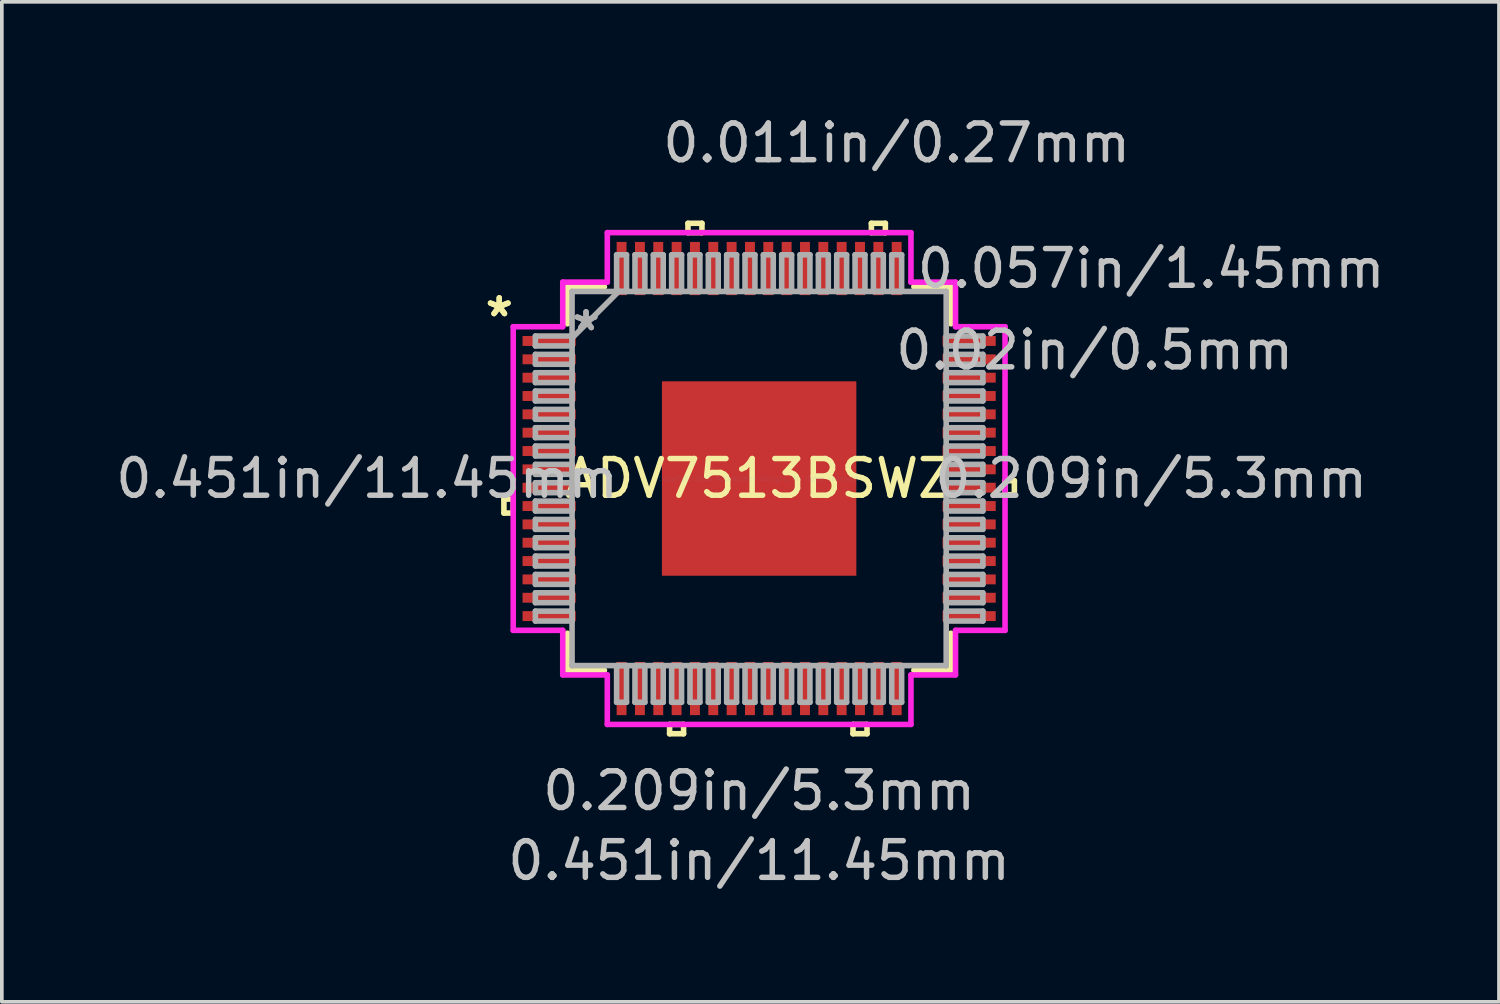
<source format=kicad_pcb>
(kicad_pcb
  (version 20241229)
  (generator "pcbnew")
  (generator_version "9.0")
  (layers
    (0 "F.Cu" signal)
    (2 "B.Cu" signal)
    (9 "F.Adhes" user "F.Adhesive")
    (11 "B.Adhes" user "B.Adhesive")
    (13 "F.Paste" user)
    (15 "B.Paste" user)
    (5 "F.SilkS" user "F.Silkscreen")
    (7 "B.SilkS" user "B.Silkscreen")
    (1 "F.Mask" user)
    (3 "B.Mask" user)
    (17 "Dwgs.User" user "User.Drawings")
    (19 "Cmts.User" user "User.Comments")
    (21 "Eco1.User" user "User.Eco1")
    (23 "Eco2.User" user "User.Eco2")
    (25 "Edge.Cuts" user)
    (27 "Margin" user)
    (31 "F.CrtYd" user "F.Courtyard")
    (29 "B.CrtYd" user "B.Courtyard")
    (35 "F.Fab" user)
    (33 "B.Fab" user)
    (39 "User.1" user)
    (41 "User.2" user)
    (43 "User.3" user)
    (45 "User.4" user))
  (footprint "ADV7513BSWZ"
    (layer "F.Cu")
    (at 17.646 9.996)
    (property "Reference" "ADV7513BSWZ" (at 0 0 0) (layer "F.SilkS") (effects (font (size 1 1) (thickness 0.15))))
    (attr through_hole)
    (fp_line (start -6.958 0.56) (end -6.958 0.941) (stroke (width 0.152) (type solid)) (layer "F.SilkS"))
    (fp_line (start -6.958 0.941) (end -6.704 0.941) (stroke (width 0.152) (type solid)) (layer "F.SilkS"))
    (fp_line (start -6.704 0.56) (end -6.958 0.56) (stroke (width 0.152) (type solid)) (layer "F.SilkS"))
    (fp_line (start -6.704 0.941) (end -6.704 0.56) (stroke (width 0.152) (type solid)) (layer "F.SilkS"))
    (fp_line (start -5.227 -5.227) (end -5.227 -4.218) (stroke (width 0.152) (type solid)) (layer "F.SilkS"))
    (fp_line (start -5.227 4.218) (end -5.227 5.227) (stroke (width 0.152) (type solid)) (layer "F.SilkS"))
    (fp_line (start -5.227 5.227) (end -4.218 5.227) (stroke (width 0.152) (type solid)) (layer "F.SilkS"))
    (fp_line (start -4.218 -5.227) (end -5.227 -5.227) (stroke (width 0.152) (type solid)) (layer "F.SilkS"))
    (fp_line (start -2.441 6.704) (end -2.441 6.958) (stroke (width 0.152) (type solid)) (layer "F.SilkS"))
    (fp_line (start -2.441 6.958) (end -2.06 6.958) (stroke (width 0.152) (type solid)) (layer "F.SilkS"))
    (fp_line (start -2.06 6.704) (end -2.441 6.704) (stroke (width 0.152) (type solid)) (layer "F.SilkS"))
    (fp_line (start -2.06 6.958) (end -2.06 6.704) (stroke (width 0.152) (type solid)) (layer "F.SilkS"))
    (fp_line (start -1.94 -6.958) (end -1.559 -6.958) (stroke (width 0.152) (type solid)) (layer "F.SilkS"))
    (fp_line (start -1.94 -6.704) (end -1.94 -6.958) (stroke (width 0.152) (type solid)) (layer "F.SilkS"))
    (fp_line (start -1.559 -6.958) (end -1.559 -6.704) (stroke (width 0.152) (type solid)) (layer "F.SilkS"))
    (fp_line (start -1.559 -6.704) (end -1.94 -6.704) (stroke (width 0.152) (type solid)) (layer "F.SilkS"))
    (fp_line (start 2.559 6.704) (end 2.559 6.958) (stroke (width 0.152) (type solid)) (layer "F.SilkS"))
    (fp_line (start 2.559 6.958) (end 2.941 6.958) (stroke (width 0.152) (type solid)) (layer "F.SilkS"))
    (fp_line (start 2.941 6.704) (end 2.559 6.704) (stroke (width 0.152) (type solid)) (layer "F.SilkS"))
    (fp_line (start 2.941 6.958) (end 2.941 6.704) (stroke (width 0.152) (type solid)) (layer "F.SilkS"))
    (fp_line (start 3.06 -6.958) (end 3.441 -6.958) (stroke (width 0.152) (type solid)) (layer "F.SilkS"))
    (fp_line (start 3.06 -6.704) (end 3.06 -6.958) (stroke (width 0.152) (type solid)) (layer "F.SilkS"))
    (fp_line (start 3.441 -6.958) (end 3.441 -6.704) (stroke (width 0.152) (type solid)) (layer "F.SilkS"))
    (fp_line (start 3.441 -6.704) (end 3.06 -6.704) (stroke (width 0.152) (type solid)) (layer "F.SilkS"))
    (fp_line (start 4.218 5.227) (end 5.227 5.227) (stroke (width 0.152) (type solid)) (layer "F.SilkS"))
    (fp_line (start 5.227 -5.227) (end 4.218 -5.227) (stroke (width 0.152) (type solid)) (layer "F.SilkS"))
    (fp_line (start 5.227 -4.218) (end 5.227 -5.227) (stroke (width 0.152) (type solid)) (layer "F.SilkS"))
    (fp_line (start 5.227 5.227) (end 5.227 4.218) (stroke (width 0.152) (type solid)) (layer "F.SilkS"))
    (fp_line (start 6.704 0.059) (end 6.958 0.059) (stroke (width 0.152) (type solid)) (layer "F.SilkS"))
    (fp_line (start 6.704 0.441) (end 6.704 0.059) (stroke (width 0.152) (type solid)) (layer "F.SilkS"))
    (fp_line (start 6.958 0.059) (end 6.958 0.441) (stroke (width 0.152) (type solid)) (layer "F.SilkS"))
    (fp_line (start 6.958 0.441) (end 6.704 0.441) (stroke (width 0.152) (type solid)) (layer "F.SilkS"))
    (fp_line (start -2.55 -2.55) (end -2.55 -1.425) (stroke (width 0.152) (type solid)) (layer "F.Paste"))
    (fp_line (start -2.55 -1.425) (end -1.425 -1.425) (stroke (width 0.152) (type solid)) (layer "F.Paste"))
    (fp_line (start -2.55 -1.225) (end -2.55 -0.1) (stroke (width 0.152) (type solid)) (layer "F.Paste"))
    (fp_line (start -2.55 -0.1) (end -1.425 -0.1) (stroke (width 0.152) (type solid)) (layer "F.Paste"))
    (fp_line (start -2.55 0.1) (end -2.55 1.225) (stroke (width 0.152) (type solid)) (layer "F.Paste"))
    (fp_line (start -2.55 1.225) (end -1.425 1.225) (stroke (width 0.152) (type solid)) (layer "F.Paste"))
    (fp_line (start -2.55 1.425) (end -2.55 2.55) (stroke (width 0.152) (type solid)) (layer "F.Paste"))
    (fp_line (start -2.55 2.55) (end -1.425 2.55) (stroke (width 0.152) (type solid)) (layer "F.Paste"))
    (fp_line (start -1.425 -2.55) (end -2.55 -2.55) (stroke (width 0.152) (type solid)) (layer "F.Paste"))
    (fp_line (start -1.425 -1.425) (end -1.425 -2.55) (stroke (width 0.152) (type solid)) (layer "F.Paste"))
    (fp_line (start -1.425 -1.225) (end -2.55 -1.225) (stroke (width 0.152) (type solid)) (layer "F.Paste"))
    (fp_line (start -1.425 -0.1) (end -1.425 -1.225) (stroke (width 0.152) (type solid)) (layer "F.Paste"))
    (fp_line (start -1.425 0.1) (end -2.55 0.1) (stroke (width 0.152) (type solid)) (layer "F.Paste"))
    (fp_line (start -1.425 1.225) (end -1.425 0.1) (stroke (width 0.152) (type solid)) (layer "F.Paste"))
    (fp_line (start -1.425 1.425) (end -2.55 1.425) (stroke (width 0.152) (type solid)) (layer "F.Paste"))
    (fp_line (start -1.425 2.55) (end -1.425 1.425) (stroke (width 0.152) (type solid)) (layer "F.Paste"))
    (fp_line (start -1.225 -2.55) (end -1.225 -1.425) (stroke (width 0.152) (type solid)) (layer "F.Paste"))
    (fp_line (start -1.225 -1.425) (end -0.1 -1.425) (stroke (width 0.152) (type solid)) (layer "F.Paste"))
    (fp_line (start -1.225 -1.225) (end -1.225 -0.1) (stroke (width 0.152) (type solid)) (layer "F.Paste"))
    (fp_line (start -1.225 -0.1) (end -0.1 -0.1) (stroke (width 0.152) (type solid)) (layer "F.Paste"))
    (fp_line (start -1.225 0.1) (end -1.225 1.225) (stroke (width 0.152) (type solid)) (layer "F.Paste"))
    (fp_line (start -1.225 1.225) (end -0.1 1.225) (stroke (width 0.152) (type solid)) (layer "F.Paste"))
    (fp_line (start -1.225 1.425) (end -1.225 2.55) (stroke (width 0.152) (type solid)) (layer "F.Paste"))
    (fp_line (start -1.225 2.55) (end -0.1 2.55) (stroke (width 0.152) (type solid)) (layer "F.Paste"))
    (fp_line (start -0.1 -2.55) (end -1.225 -2.55) (stroke (width 0.152) (type solid)) (layer "F.Paste"))
    (fp_line (start -0.1 -1.425) (end -0.1 -2.55) (stroke (width 0.152) (type solid)) (layer "F.Paste"))
    (fp_line (start -0.1 -1.225) (end -1.225 -1.225) (stroke (width 0.152) (type solid)) (layer "F.Paste"))
    (fp_line (start -0.1 -0.1) (end -0.1 -1.225) (stroke (width 0.152) (type solid)) (layer "F.Paste"))
    (fp_line (start -0.1 0.1) (end -1.225 0.1) (stroke (width 0.152) (type solid)) (layer "F.Paste"))
    (fp_line (start -0.1 1.225) (end -0.1 0.1) (stroke (width 0.152) (type solid)) (layer "F.Paste"))
    (fp_line (start -0.1 1.425) (end -1.225 1.425) (stroke (width 0.152) (type solid)) (layer "F.Paste"))
    (fp_line (start -0.1 2.55) (end -0.1 1.425) (stroke (width 0.152) (type solid)) (layer "F.Paste"))
    (fp_line (start 0.1 -2.55) (end 0.1 -1.425) (stroke (width 0.152) (type solid)) (layer "F.Paste"))
    (fp_line (start 0.1 -1.425) (end 1.225 -1.425) (stroke (width 0.152) (type solid)) (layer "F.Paste"))
    (fp_line (start 0.1 -1.225) (end 0.1 -0.1) (stroke (width 0.152) (type solid)) (layer "F.Paste"))
    (fp_line (start 0.1 -0.1) (end 1.225 -0.1) (stroke (width 0.152) (type solid)) (layer "F.Paste"))
    (fp_line (start 0.1 0.1) (end 0.1 1.225) (stroke (width 0.152) (type solid)) (layer "F.Paste"))
    (fp_line (start 0.1 1.225) (end 1.225 1.225) (stroke (width 0.152) (type solid)) (layer "F.Paste"))
    (fp_line (start 0.1 1.425) (end 0.1 2.55) (stroke (width 0.152) (type solid)) (layer "F.Paste"))
    (fp_line (start 0.1 2.55) (end 1.225 2.55) (stroke (width 0.152) (type solid)) (layer "F.Paste"))
    (fp_line (start 1.225 -2.55) (end 0.1 -2.55) (stroke (width 0.152) (type solid)) (layer "F.Paste"))
    (fp_line (start 1.225 -1.425) (end 1.225 -2.55) (stroke (width 0.152) (type solid)) (layer "F.Paste"))
    (fp_line (start 1.225 -1.225) (end 0.1 -1.225) (stroke (width 0.152) (type solid)) (layer "F.Paste"))
    (fp_line (start 1.225 -0.1) (end 1.225 -1.225) (stroke (width 0.152) (type solid)) (layer "F.Paste"))
    (fp_line (start 1.225 0.1) (end 0.1 0.1) (stroke (width 0.152) (type solid)) (layer "F.Paste"))
    (fp_line (start 1.225 1.225) (end 1.225 0.1) (stroke (width 0.152) (type solid)) (layer "F.Paste"))
    (fp_line (start 1.225 1.425) (end 0.1 1.425) (stroke (width 0.152) (type solid)) (layer "F.Paste"))
    (fp_line (start 1.225 2.55) (end 1.225 1.425) (stroke (width 0.152) (type solid)) (layer "F.Paste"))
    (fp_line (start 1.425 -2.55) (end 1.425 -1.425) (stroke (width 0.152) (type solid)) (layer "F.Paste"))
    (fp_line (start 1.425 -1.425) (end 2.55 -1.425) (stroke (width 0.152) (type solid)) (layer "F.Paste"))
    (fp_line (start 1.425 -1.225) (end 1.425 -0.1) (stroke (width 0.152) (type solid)) (layer "F.Paste"))
    (fp_line (start 1.425 -0.1) (end 2.55 -0.1) (stroke (width 0.152) (type solid)) (layer "F.Paste"))
    (fp_line (start 1.425 0.1) (end 1.425 1.225) (stroke (width 0.152) (type solid)) (layer "F.Paste"))
    (fp_line (start 1.425 1.225) (end 2.55 1.225) (stroke (width 0.152) (type solid)) (layer "F.Paste"))
    (fp_line (start 1.425 1.425) (end 1.425 2.55) (stroke (width 0.152) (type solid)) (layer "F.Paste"))
    (fp_line (start 1.425 2.55) (end 2.55 2.55) (stroke (width 0.152) (type solid)) (layer "F.Paste"))
    (fp_line (start 2.55 -2.55) (end 1.425 -2.55) (stroke (width 0.152) (type solid)) (layer "F.Paste"))
    (fp_line (start 2.55 -1.425) (end 2.55 -2.55) (stroke (width 0.152) (type solid)) (layer "F.Paste"))
    (fp_line (start 2.55 -1.225) (end 1.425 -1.225) (stroke (width 0.152) (type solid)) (layer "F.Paste"))
    (fp_line (start 2.55 -0.1) (end 2.55 -1.225) (stroke (width 0.152) (type solid)) (layer "F.Paste"))
    (fp_line (start 2.55 0.1) (end 1.425 0.1) (stroke (width 0.152) (type solid)) (layer "F.Paste"))
    (fp_line (start 2.55 1.225) (end 2.55 0.1) (stroke (width 0.152) (type solid)) (layer "F.Paste"))
    (fp_line (start 2.55 1.425) (end 1.425 1.425) (stroke (width 0.152) (type solid)) (layer "F.Paste"))
    (fp_line (start 2.55 2.55) (end 2.55 1.425) (stroke (width 0.152) (type solid)) (layer "F.Paste"))
    (fp_line (start -6.704 -4.139) (end -5.354 -4.139) (stroke (width 0.152) (type solid)) (layer "F.CrtYd"))
    (fp_line (start -6.704 4.139) (end -6.704 -4.139) (stroke (width 0.152) (type solid)) (layer "F.CrtYd"))
    (fp_line (start -5.354 -5.354) (end -4.139 -5.354) (stroke (width 0.152) (type solid)) (layer "F.CrtYd"))
    (fp_line (start -5.354 -4.139) (end -5.354 -5.354) (stroke (width 0.152) (type solid)) (layer "F.CrtYd"))
    (fp_line (start -5.354 4.139) (end -6.704 4.139) (stroke (width 0.152) (type solid)) (layer "F.CrtYd"))
    (fp_line (start -5.354 5.354) (end -5.354 4.139) (stroke (width 0.152) (type solid)) (layer "F.CrtYd"))
    (fp_line (start -4.139 -6.704) (end 4.139 -6.704) (stroke (width 0.152) (type solid)) (layer "F.CrtYd"))
    (fp_line (start -4.139 -5.354) (end -4.139 -6.704) (stroke (width 0.152) (type solid)) (layer "F.CrtYd"))
    (fp_line (start -4.139 5.354) (end -5.354 5.354) (stroke (width 0.152) (type solid)) (layer "F.CrtYd"))
    (fp_line (start -4.139 6.704) (end -4.139 5.354) (stroke (width 0.152) (type solid)) (layer "F.CrtYd"))
    (fp_line (start 4.139 -6.704) (end 4.139 -5.354) (stroke (width 0.152) (type solid)) (layer "F.CrtYd"))
    (fp_line (start 4.139 -5.354) (end 5.354 -5.354) (stroke (width 0.152) (type solid)) (layer "F.CrtYd"))
    (fp_line (start 4.139 5.354) (end 4.139 6.704) (stroke (width 0.152) (type solid)) (layer "F.CrtYd"))
    (fp_line (start 4.139 6.704) (end -4.139 6.704) (stroke (width 0.152) (type solid)) (layer "F.CrtYd"))
    (fp_line (start 5.354 -5.354) (end 5.354 -4.139) (stroke (width 0.152) (type solid)) (layer "F.CrtYd"))
    (fp_line (start 5.354 -4.139) (end 6.704 -4.139) (stroke (width 0.152) (type solid)) (layer "F.CrtYd"))
    (fp_line (start 5.354 4.139) (end 5.354 5.354) (stroke (width 0.152) (type solid)) (layer "F.CrtYd"))
    (fp_line (start 5.354 5.354) (end 4.139 5.354) (stroke (width 0.152) (type solid)) (layer "F.CrtYd"))
    (fp_line (start 6.704 -4.139) (end 6.704 4.139) (stroke (width 0.152) (type solid)) (layer "F.CrtYd"))
    (fp_line (start 6.704 4.139) (end 5.354 4.139) (stroke (width 0.152) (type solid)) (layer "F.CrtYd"))
    (fp_line (start -6.1 -3.885) (end -6.1 -3.615) (stroke (width 0.152) (type solid)) (layer "F.Fab"))
    (fp_line (start -6.1 -3.615) (end -5.1 -3.615) (stroke (width 0.152) (type solid)) (layer "F.Fab"))
    (fp_line (start -6.1 -3.385) (end -6.1 -3.115) (stroke (width 0.152) (type solid)) (layer "F.Fab"))
    (fp_line (start -6.1 -3.115) (end -5.1 -3.115) (stroke (width 0.152) (type solid)) (layer "F.Fab"))
    (fp_line (start -6.1 -2.885) (end -6.1 -2.615) (stroke (width 0.152) (type solid)) (layer "F.Fab"))
    (fp_line (start -6.1 -2.615) (end -5.1 -2.615) (stroke (width 0.152) (type solid)) (layer "F.Fab"))
    (fp_line (start -6.1 -2.385) (end -6.1 -2.115) (stroke (width 0.152) (type solid)) (layer "F.Fab"))
    (fp_line (start -6.1 -2.115) (end -5.1 -2.115) (stroke (width 0.152) (type solid)) (layer "F.Fab"))
    (fp_line (start -6.1 -1.885) (end -6.1 -1.615) (stroke (width 0.152) (type solid)) (layer "F.Fab"))
    (fp_line (start -6.1 -1.615) (end -5.1 -1.615) (stroke (width 0.152) (type solid)) (layer "F.Fab"))
    (fp_line (start -6.1 -1.385) (end -6.1 -1.115) (stroke (width 0.152) (type solid)) (layer "F.Fab"))
    (fp_line (start -6.1 -1.115) (end -5.1 -1.115) (stroke (width 0.152) (type solid)) (layer "F.Fab"))
    (fp_line (start -6.1 -0.885) (end -6.1 -0.615) (stroke (width 0.152) (type solid)) (layer "F.Fab"))
    (fp_line (start -6.1 -0.615) (end -5.1 -0.615) (stroke (width 0.152) (type solid)) (layer "F.Fab"))
    (fp_line (start -6.1 -0.385) (end -6.1 -0.115) (stroke (width 0.152) (type solid)) (layer "F.Fab"))
    (fp_line (start -6.1 -0.115) (end -5.1 -0.115) (stroke (width 0.152) (type solid)) (layer "F.Fab"))
    (fp_line (start -6.1 0.115) (end -6.1 0.385) (stroke (width 0.152) (type solid)) (layer "F.Fab"))
    (fp_line (start -6.1 0.385) (end -5.1 0.385) (stroke (width 0.152) (type solid)) (layer "F.Fab"))
    (fp_line (start -6.1 0.615) (end -6.1 0.885) (stroke (width 0.152) (type solid)) (layer "F.Fab"))
    (fp_line (start -6.1 0.885) (end -5.1 0.885) (stroke (width 0.152) (type solid)) (layer "F.Fab"))
    (fp_line (start -6.1 1.115) (end -6.1 1.385) (stroke (width 0.152) (type solid)) (layer "F.Fab"))
    (fp_line (start -6.1 1.385) (end -5.1 1.385) (stroke (width 0.152) (type solid)) (layer "F.Fab"))
    (fp_line (start -6.1 1.615) (end -6.1 1.885) (stroke (width 0.152) (type solid)) (layer "F.Fab"))
    (fp_line (start -6.1 1.885) (end -5.1 1.885) (stroke (width 0.152) (type solid)) (layer "F.Fab"))
    (fp_line (start -6.1 2.115) (end -6.1 2.385) (stroke (width 0.152) (type solid)) (layer "F.Fab"))
    (fp_line (start -6.1 2.385) (end -5.1 2.385) (stroke (width 0.152) (type solid)) (layer "F.Fab"))
    (fp_line (start -6.1 2.615) (end -6.1 2.885) (stroke (width 0.152) (type solid)) (layer "F.Fab"))
    (fp_line (start -6.1 2.885) (end -5.1 2.885) (stroke (width 0.152) (type solid)) (layer "F.Fab"))
    (fp_line (start -6.1 3.115) (end -6.1 3.385) (stroke (width 0.152) (type solid)) (layer "F.Fab"))
    (fp_line (start -6.1 3.385) (end -5.1 3.385) (stroke (width 0.152) (type solid)) (layer "F.Fab"))
    (fp_line (start -6.1 3.615) (end -6.1 3.885) (stroke (width 0.152) (type solid)) (layer "F.Fab"))
    (fp_line (start -6.1 3.885) (end -5.1 3.885) (stroke (width 0.152) (type solid)) (layer "F.Fab"))
    (fp_line (start -5.1 -5.1) (end -5.1 -5.1) (stroke (width 0.152) (type solid)) (layer "F.Fab"))
    (fp_line (start -5.1 -5.1) (end -5.1 5.1) (stroke (width 0.152) (type solid)) (layer "F.Fab"))
    (fp_line (start -5.1 -3.885) (end -6.1 -3.885) (stroke (width 0.152) (type solid)) (layer "F.Fab"))
    (fp_line (start -5.1 -3.83) (end -3.83 -5.1) (stroke (width 0.152) (type solid)) (layer "F.Fab"))
    (fp_line (start -5.1 -3.615) (end -5.1 -3.885) (stroke (width 0.152) (type solid)) (layer "F.Fab"))
    (fp_line (start -5.1 -3.385) (end -6.1 -3.385) (stroke (width 0.152) (type solid)) (layer "F.Fab"))
    (fp_line (start -5.1 -3.115) (end -5.1 -3.385) (stroke (width 0.152) (type solid)) (layer "F.Fab"))
    (fp_line (start -5.1 -2.885) (end -6.1 -2.885) (stroke (width 0.152) (type solid)) (layer "F.Fab"))
    (fp_line (start -5.1 -2.615) (end -5.1 -2.885) (stroke (width 0.152) (type solid)) (layer "F.Fab"))
    (fp_line (start -5.1 -2.385) (end -6.1 -2.385) (stroke (width 0.152) (type solid)) (layer "F.Fab"))
    (fp_line (start -5.1 -2.115) (end -5.1 -2.385) (stroke (width 0.152) (type solid)) (layer "F.Fab"))
    (fp_line (start -5.1 -1.885) (end -6.1 -1.885) (stroke (width 0.152) (type solid)) (layer "F.Fab"))
    (fp_line (start -5.1 -1.615) (end -5.1 -1.885) (stroke (width 0.152) (type solid)) (layer "F.Fab"))
    (fp_line (start -5.1 -1.385) (end -6.1 -1.385) (stroke (width 0.152) (type solid)) (layer "F.Fab"))
    (fp_line (start -5.1 -1.115) (end -5.1 -1.385) (stroke (width 0.152) (type solid)) (layer "F.Fab"))
    (fp_line (start -5.1 -0.885) (end -6.1 -0.885) (stroke (width 0.152) (type solid)) (layer "F.Fab"))
    (fp_line (start -5.1 -0.615) (end -5.1 -0.885) (stroke (width 0.152) (type solid)) (layer "F.Fab"))
    (fp_line (start -5.1 -0.385) (end -6.1 -0.385) (stroke (width 0.152) (type solid)) (layer "F.Fab"))
    (fp_line (start -5.1 -0.115) (end -5.1 -0.385) (stroke (width 0.152) (type solid)) (layer "F.Fab"))
    (fp_line (start -5.1 0.115) (end -6.1 0.115) (stroke (width 0.152) (type solid)) (layer "F.Fab"))
    (fp_line (start -5.1 0.385) (end -5.1 0.115) (stroke (width 0.152) (type solid)) (layer "F.Fab"))
    (fp_line (start -5.1 0.615) (end -6.1 0.615) (stroke (width 0.152) (type solid)) (layer "F.Fab"))
    (fp_line (start -5.1 0.885) (end -5.1 0.615) (stroke (width 0.152) (type solid)) (layer "F.Fab"))
    (fp_line (start -5.1 1.115) (end -6.1 1.115) (stroke (width 0.152) (type solid)) (layer "F.Fab"))
    (fp_line (start -5.1 1.385) (end -5.1 1.115) (stroke (width 0.152) (type solid)) (layer "F.Fab"))
    (fp_line (start -5.1 1.615) (end -6.1 1.615) (stroke (width 0.152) (type solid)) (layer "F.Fab"))
    (fp_line (start -5.1 1.885) (end -5.1 1.615) (stroke (width 0.152) (type solid)) (layer "F.Fab"))
    (fp_line (start -5.1 2.115) (end -6.1 2.115) (stroke (width 0.152) (type solid)) (layer "F.Fab"))
    (fp_line (start -5.1 2.385) (end -5.1 2.115) (stroke (width 0.152) (type solid)) (layer "F.Fab"))
    (fp_line (start -5.1 2.615) (end -6.1 2.615) (stroke (width 0.152) (type solid)) (layer "F.Fab"))
    (fp_line (start -5.1 2.885) (end -5.1 2.615) (stroke (width 0.152) (type solid)) (layer "F.Fab"))
    (fp_line (start -5.1 3.115) (end -6.1 3.115) (stroke (width 0.152) (type solid)) (layer "F.Fab"))
    (fp_line (start -5.1 3.385) (end -5.1 3.115) (stroke (width 0.152) (type solid)) (layer "F.Fab"))
    (fp_line (start -5.1 3.615) (end -6.1 3.615) (stroke (width 0.152) (type solid)) (layer "F.Fab"))
    (fp_line (start -5.1 3.885) (end -5.1 3.615) (stroke (width 0.152) (type solid)) (layer "F.Fab"))
    (fp_line (start -5.1 5.1) (end -5.1 5.1) (stroke (width 0.152) (type solid)) (layer "F.Fab"))
    (fp_line (start -5.1 5.1) (end 5.1 5.1) (stroke (width 0.152) (type solid)) (layer "F.Fab"))
    (fp_line (start -3.885 -6.1) (end -3.885 -5.1) (stroke (width 0.152) (type solid)) (layer "F.Fab"))
    (fp_line (start -3.885 -5.1) (end -3.615 -5.1) (stroke (width 0.152) (type solid)) (layer "F.Fab"))
    (fp_line (start -3.885 5.1) (end -3.885 6.1) (stroke (width 0.152) (type solid)) (layer "F.Fab"))
    (fp_line (start -3.885 6.1) (end -3.615 6.1) (stroke (width 0.152) (type solid)) (layer "F.Fab"))
    (fp_line (start -3.615 -6.1) (end -3.885 -6.1) (stroke (width 0.152) (type solid)) (layer "F.Fab"))
    (fp_line (start -3.615 -5.1) (end -3.615 -6.1) (stroke (width 0.152) (type solid)) (layer "F.Fab"))
    (fp_line (start -3.615 5.1) (end -3.885 5.1) (stroke (width 0.152) (type solid)) (layer "F.Fab"))
    (fp_line (start -3.615 6.1) (end -3.615 5.1) (stroke (width 0.152) (type solid)) (layer "F.Fab"))
    (fp_line (start -3.385 -6.1) (end -3.385 -5.1) (stroke (width 0.152) (type solid)) (layer "F.Fab"))
    (fp_line (start -3.385 -5.1) (end -3.115 -5.1) (stroke (width 0.152) (type solid)) (layer "F.Fab"))
    (fp_line (start -3.385 5.1) (end -3.385 6.1) (stroke (width 0.152) (type solid)) (layer "F.Fab"))
    (fp_line (start -3.385 6.1) (end -3.115 6.1) (stroke (width 0.152) (type solid)) (layer "F.Fab"))
    (fp_line (start -3.115 -6.1) (end -3.385 -6.1) (stroke (width 0.152) (type solid)) (layer "F.Fab"))
    (fp_line (start -3.115 -5.1) (end -3.115 -6.1) (stroke (width 0.152) (type solid)) (layer "F.Fab"))
    (fp_line (start -3.115 5.1) (end -3.385 5.1) (stroke (width 0.152) (type solid)) (layer "F.Fab"))
    (fp_line (start -3.115 6.1) (end -3.115 5.1) (stroke (width 0.152) (type solid)) (layer "F.Fab"))
    (fp_line (start -2.885 -6.1) (end -2.885 -5.1) (stroke (width 0.152) (type solid)) (layer "F.Fab"))
    (fp_line (start -2.885 -5.1) (end -2.615 -5.1) (stroke (width 0.152) (type solid)) (layer "F.Fab"))
    (fp_line (start -2.885 5.1) (end -2.885 6.1) (stroke (width 0.152) (type solid)) (layer "F.Fab"))
    (fp_line (start -2.885 6.1) (end -2.615 6.1) (stroke (width 0.152) (type solid)) (layer "F.Fab"))
    (fp_line (start -2.615 -6.1) (end -2.885 -6.1) (stroke (width 0.152) (type solid)) (layer "F.Fab"))
    (fp_line (start -2.615 -5.1) (end -2.615 -6.1) (stroke (width 0.152) (type solid)) (layer "F.Fab"))
    (fp_line (start -2.615 5.1) (end -2.885 5.1) (stroke (width 0.152) (type solid)) (layer "F.Fab"))
    (fp_line (start -2.615 6.1) (end -2.615 5.1) (stroke (width 0.152) (type solid)) (layer "F.Fab"))
    (fp_line (start -2.385 -6.1) (end -2.385 -5.1) (stroke (width 0.152) (type solid)) (layer "F.Fab"))
    (fp_line (start -2.385 -5.1) (end -2.115 -5.1) (stroke (width 0.152) (type solid)) (layer "F.Fab"))
    (fp_line (start -2.385 5.1) (end -2.385 6.1) (stroke (width 0.152) (type solid)) (layer "F.Fab"))
    (fp_line (start -2.385 6.1) (end -2.115 6.1) (stroke (width 0.152) (type solid)) (layer "F.Fab"))
    (fp_line (start -2.115 -6.1) (end -2.385 -6.1) (stroke (width 0.152) (type solid)) (layer "F.Fab"))
    (fp_line (start -2.115 -5.1) (end -2.115 -6.1) (stroke (width 0.152) (type solid)) (layer "F.Fab"))
    (fp_line (start -2.115 5.1) (end -2.385 5.1) (stroke (width 0.152) (type solid)) (layer "F.Fab"))
    (fp_line (start -2.115 6.1) (end -2.115 5.1) (stroke (width 0.152) (type solid)) (layer "F.Fab"))
    (fp_line (start -1.885 -6.1) (end -1.885 -5.1) (stroke (width 0.152) (type solid)) (layer "F.Fab"))
    (fp_line (start -1.885 -5.1) (end -1.615 -5.1) (stroke (width 0.152) (type solid)) (layer "F.Fab"))
    (fp_line (start -1.885 5.1) (end -1.885 6.1) (stroke (width 0.152) (type solid)) (layer "F.Fab"))
    (fp_line (start -1.885 6.1) (end -1.615 6.1) (stroke (width 0.152) (type solid)) (layer "F.Fab"))
    (fp_line (start -1.615 -6.1) (end -1.885 -6.1) (stroke (width 0.152) (type solid)) (layer "F.Fab"))
    (fp_line (start -1.615 -5.1) (end -1.615 -6.1) (stroke (width 0.152) (type solid)) (layer "F.Fab"))
    (fp_line (start -1.615 5.1) (end -1.885 5.1) (stroke (width 0.152) (type solid)) (layer "F.Fab"))
    (fp_line (start -1.615 6.1) (end -1.615 5.1) (stroke (width 0.152) (type solid)) (layer "F.Fab"))
    (fp_line (start -1.385 -6.1) (end -1.385 -5.1) (stroke (width 0.152) (type solid)) (layer "F.Fab"))
    (fp_line (start -1.385 -5.1) (end -1.115 -5.1) (stroke (width 0.152) (type solid)) (layer "F.Fab"))
    (fp_line (start -1.385 5.1) (end -1.385 6.1) (stroke (width 0.152) (type solid)) (layer "F.Fab"))
    (fp_line (start -1.385 6.1) (end -1.115 6.1) (stroke (width 0.152) (type solid)) (layer "F.Fab"))
    (fp_line (start -1.115 -6.1) (end -1.385 -6.1) (stroke (width 0.152) (type solid)) (layer "F.Fab"))
    (fp_line (start -1.115 -5.1) (end -1.115 -6.1) (stroke (width 0.152) (type solid)) (layer "F.Fab"))
    (fp_line (start -1.115 5.1) (end -1.385 5.1) (stroke (width 0.152) (type solid)) (layer "F.Fab"))
    (fp_line (start -1.115 6.1) (end -1.115 5.1) (stroke (width 0.152) (type solid)) (layer "F.Fab"))
    (fp_line (start -0.885 -6.1) (end -0.885 -5.1) (stroke (width 0.152) (type solid)) (layer "F.Fab"))
    (fp_line (start -0.885 -5.1) (end -0.615 -5.1) (stroke (width 0.152) (type solid)) (layer "F.Fab"))
    (fp_line (start -0.885 5.1) (end -0.885 6.1) (stroke (width 0.152) (type solid)) (layer "F.Fab"))
    (fp_line (start -0.885 6.1) (end -0.615 6.1) (stroke (width 0.152) (type solid)) (layer "F.Fab"))
    (fp_line (start -0.615 -6.1) (end -0.885 -6.1) (stroke (width 0.152) (type solid)) (layer "F.Fab"))
    (fp_line (start -0.615 -5.1) (end -0.615 -6.1) (stroke (width 0.152) (type solid)) (layer "F.Fab"))
    (fp_line (start -0.615 5.1) (end -0.885 5.1) (stroke (width 0.152) (type solid)) (layer "F.Fab"))
    (fp_line (start -0.615 6.1) (end -0.615 5.1) (stroke (width 0.152) (type solid)) (layer "F.Fab"))
    (fp_line (start -0.385 -6.1) (end -0.385 -5.1) (stroke (width 0.152) (type solid)) (layer "F.Fab"))
    (fp_line (start -0.385 -5.1) (end -0.115 -5.1) (stroke (width 0.152) (type solid)) (layer "F.Fab"))
    (fp_line (start -0.385 5.1) (end -0.385 6.1) (stroke (width 0.152) (type solid)) (layer "F.Fab"))
    (fp_line (start -0.385 6.1) (end -0.115 6.1) (stroke (width 0.152) (type solid)) (layer "F.Fab"))
    (fp_line (start -0.115 -6.1) (end -0.385 -6.1) (stroke (width 0.152) (type solid)) (layer "F.Fab"))
    (fp_line (start -0.115 -5.1) (end -0.115 -6.1) (stroke (width 0.152) (type solid)) (layer "F.Fab"))
    (fp_line (start -0.115 5.1) (end -0.385 5.1) (stroke (width 0.152) (type solid)) (layer "F.Fab"))
    (fp_line (start -0.115 6.1) (end -0.115 5.1) (stroke (width 0.152) (type solid)) (layer "F.Fab"))
    (fp_line (start 0.115 -6.1) (end 0.115 -5.1) (stroke (width 0.152) (type solid)) (layer "F.Fab"))
    (fp_line (start 0.115 -5.1) (end 0.385 -5.1) (stroke (width 0.152) (type solid)) (layer "F.Fab"))
    (fp_line (start 0.115 5.1) (end 0.115 6.1) (stroke (width 0.152) (type solid)) (layer "F.Fab"))
    (fp_line (start 0.115 6.1) (end 0.385 6.1) (stroke (width 0.152) (type solid)) (layer "F.Fab"))
    (fp_line (start 0.385 -6.1) (end 0.115 -6.1) (stroke (width 0.152) (type solid)) (layer "F.Fab"))
    (fp_line (start 0.385 -5.1) (end 0.385 -6.1) (stroke (width 0.152) (type solid)) (layer "F.Fab"))
    (fp_line (start 0.385 5.1) (end 0.115 5.1) (stroke (width 0.152) (type solid)) (layer "F.Fab"))
    (fp_line (start 0.385 6.1) (end 0.385 5.1) (stroke (width 0.152) (type solid)) (layer "F.Fab"))
    (fp_line (start 0.615 -6.1) (end 0.615 -5.1) (stroke (width 0.152) (type solid)) (layer "F.Fab"))
    (fp_line (start 0.615 -5.1) (end 0.885 -5.1) (stroke (width 0.152) (type solid)) (layer "F.Fab"))
    (fp_line (start 0.615 5.1) (end 0.615 6.1) (stroke (width 0.152) (type solid)) (layer "F.Fab"))
    (fp_line (start 0.615 6.1) (end 0.885 6.1) (stroke (width 0.152) (type solid)) (layer "F.Fab"))
    (fp_line (start 0.885 -6.1) (end 0.615 -6.1) (stroke (width 0.152) (type solid)) (layer "F.Fab"))
    (fp_line (start 0.885 -5.1) (end 0.885 -6.1) (stroke (width 0.152) (type solid)) (layer "F.Fab"))
    (fp_line (start 0.885 5.1) (end 0.615 5.1) (stroke (width 0.152) (type solid)) (layer "F.Fab"))
    (fp_line (start 0.885 6.1) (end 0.885 5.1) (stroke (width 0.152) (type solid)) (layer "F.Fab"))
    (fp_line (start 1.115 -6.1) (end 1.115 -5.1) (stroke (width 0.152) (type solid)) (layer "F.Fab"))
    (fp_line (start 1.115 -5.1) (end 1.385 -5.1) (stroke (width 0.152) (type solid)) (layer "F.Fab"))
    (fp_line (start 1.115 5.1) (end 1.115 6.1) (stroke (width 0.152) (type solid)) (layer "F.Fab"))
    (fp_line (start 1.115 6.1) (end 1.385 6.1) (stroke (width 0.152) (type solid)) (layer "F.Fab"))
    (fp_line (start 1.385 -6.1) (end 1.115 -6.1) (stroke (width 0.152) (type solid)) (layer "F.Fab"))
    (fp_line (start 1.385 -5.1) (end 1.385 -6.1) (stroke (width 0.152) (type solid)) (layer "F.Fab"))
    (fp_line (start 1.385 5.1) (end 1.115 5.1) (stroke (width 0.152) (type solid)) (layer "F.Fab"))
    (fp_line (start 1.385 6.1) (end 1.385 5.1) (stroke (width 0.152) (type solid)) (layer "F.Fab"))
    (fp_line (start 1.615 -6.1) (end 1.615 -5.1) (stroke (width 0.152) (type solid)) (layer "F.Fab"))
    (fp_line (start 1.615 -5.1) (end 1.885 -5.1) (stroke (width 0.152) (type solid)) (layer "F.Fab"))
    (fp_line (start 1.615 5.1) (end 1.615 6.1) (stroke (width 0.152) (type solid)) (layer "F.Fab"))
    (fp_line (start 1.615 6.1) (end 1.885 6.1) (stroke (width 0.152) (type solid)) (layer "F.Fab"))
    (fp_line (start 1.885 -6.1) (end 1.615 -6.1) (stroke (width 0.152) (type solid)) (layer "F.Fab"))
    (fp_line (start 1.885 -5.1) (end 1.885 -6.1) (stroke (width 0.152) (type solid)) (layer "F.Fab"))
    (fp_line (start 1.885 5.1) (end 1.615 5.1) (stroke (width 0.152) (type solid)) (layer "F.Fab"))
    (fp_line (start 1.885 6.1) (end 1.885 5.1) (stroke (width 0.152) (type solid)) (layer "F.Fab"))
    (fp_line (start 2.115 -6.1) (end 2.115 -5.1) (stroke (width 0.152) (type solid)) (layer "F.Fab"))
    (fp_line (start 2.115 -5.1) (end 2.385 -5.1) (stroke (width 0.152) (type solid)) (layer "F.Fab"))
    (fp_line (start 2.115 5.1) (end 2.115 6.1) (stroke (width 0.152) (type solid)) (layer "F.Fab"))
    (fp_line (start 2.115 6.1) (end 2.385 6.1) (stroke (width 0.152) (type solid)) (layer "F.Fab"))
    (fp_line (start 2.385 -6.1) (end 2.115 -6.1) (stroke (width 0.152) (type solid)) (layer "F.Fab"))
    (fp_line (start 2.385 -5.1) (end 2.385 -6.1) (stroke (width 0.152) (type solid)) (layer "F.Fab"))
    (fp_line (start 2.385 5.1) (end 2.115 5.1) (stroke (width 0.152) (type solid)) (layer "F.Fab"))
    (fp_line (start 2.385 6.1) (end 2.385 5.1) (stroke (width 0.152) (type solid)) (layer "F.Fab"))
    (fp_line (start 2.615 -6.1) (end 2.615 -5.1) (stroke (width 0.152) (type solid)) (layer "F.Fab"))
    (fp_line (start 2.615 -5.1) (end 2.885 -5.1) (stroke (width 0.152) (type solid)) (layer "F.Fab"))
    (fp_line (start 2.615 5.1) (end 2.615 6.1) (stroke (width 0.152) (type solid)) (layer "F.Fab"))
    (fp_line (start 2.615 6.1) (end 2.885 6.1) (stroke (width 0.152) (type solid)) (layer "F.Fab"))
    (fp_line (start 2.885 -6.1) (end 2.615 -6.1) (stroke (width 0.152) (type solid)) (layer "F.Fab"))
    (fp_line (start 2.885 -5.1) (end 2.885 -6.1) (stroke (width 0.152) (type solid)) (layer "F.Fab"))
    (fp_line (start 2.885 5.1) (end 2.615 5.1) (stroke (width 0.152) (type solid)) (layer "F.Fab"))
    (fp_line (start 2.885 6.1) (end 2.885 5.1) (stroke (width 0.152) (type solid)) (layer "F.Fab"))
    (fp_line (start 3.115 -6.1) (end 3.115 -5.1) (stroke (width 0.152) (type solid)) (layer "F.Fab"))
    (fp_line (start 3.115 -5.1) (end 3.385 -5.1) (stroke (width 0.152) (type solid)) (layer "F.Fab"))
    (fp_line (start 3.115 5.1) (end 3.115 6.1) (stroke (width 0.152) (type solid)) (layer "F.Fab"))
    (fp_line (start 3.115 6.1) (end 3.385 6.1) (stroke (width 0.152) (type solid)) (layer "F.Fab"))
    (fp_line (start 3.385 -6.1) (end 3.115 -6.1) (stroke (width 0.152) (type solid)) (layer "F.Fab"))
    (fp_line (start 3.385 -5.1) (end 3.385 -6.1) (stroke (width 0.152) (type solid)) (layer "F.Fab"))
    (fp_line (start 3.385 5.1) (end 3.115 5.1) (stroke (width 0.152) (type solid)) (layer "F.Fab"))
    (fp_line (start 3.385 6.1) (end 3.385 5.1) (stroke (width 0.152) (type solid)) (layer "F.Fab"))
    (fp_line (start 3.615 -6.1) (end 3.615 -5.1) (stroke (width 0.152) (type solid)) (layer "F.Fab"))
    (fp_line (start 3.615 -5.1) (end 3.885 -5.1) (stroke (width 0.152) (type solid)) (layer "F.Fab"))
    (fp_line (start 3.615 5.1) (end 3.615 6.1) (stroke (width 0.152) (type solid)) (layer "F.Fab"))
    (fp_line (start 3.615 6.1) (end 3.885 6.1) (stroke (width 0.152) (type solid)) (layer "F.Fab"))
    (fp_line (start 3.885 -6.1) (end 3.615 -6.1) (stroke (width 0.152) (type solid)) (layer "F.Fab"))
    (fp_line (start 3.885 -5.1) (end 3.885 -6.1) (stroke (width 0.152) (type solid)) (layer "F.Fab"))
    (fp_line (start 3.885 5.1) (end 3.615 5.1) (stroke (width 0.152) (type solid)) (layer "F.Fab"))
    (fp_line (start 3.885 6.1) (end 3.885 5.1) (stroke (width 0.152) (type solid)) (layer "F.Fab"))
    (fp_line (start 5.1 -5.1) (end -5.1 -5.1) (stroke (width 0.152) (type solid)) (layer "F.Fab"))
    (fp_line (start 5.1 -5.1) (end 5.1 -5.1) (stroke (width 0.152) (type solid)) (layer "F.Fab"))
    (fp_line (start 5.1 -3.885) (end 5.1 -3.615) (stroke (width 0.152) (type solid)) (layer "F.Fab"))
    (fp_line (start 5.1 -3.615) (end 6.1 -3.615) (stroke (width 0.152) (type solid)) (layer "F.Fab"))
    (fp_line (start 5.1 -3.385) (end 5.1 -3.115) (stroke (width 0.152) (type solid)) (layer "F.Fab"))
    (fp_line (start 5.1 -3.115) (end 6.1 -3.115) (stroke (width 0.152) (type solid)) (layer "F.Fab"))
    (fp_line (start 5.1 -2.885) (end 5.1 -2.615) (stroke (width 0.152) (type solid)) (layer "F.Fab"))
    (fp_line (start 5.1 -2.615) (end 6.1 -2.615) (stroke (width 0.152) (type solid)) (layer "F.Fab"))
    (fp_line (start 5.1 -2.385) (end 5.1 -2.115) (stroke (width 0.152) (type solid)) (layer "F.Fab"))
    (fp_line (start 5.1 -2.115) (end 6.1 -2.115) (stroke (width 0.152) (type solid)) (layer "F.Fab"))
    (fp_line (start 5.1 -1.885) (end 5.1 -1.615) (stroke (width 0.152) (type solid)) (layer "F.Fab"))
    (fp_line (start 5.1 -1.615) (end 6.1 -1.615) (stroke (width 0.152) (type solid)) (layer "F.Fab"))
    (fp_line (start 5.1 -1.385) (end 5.1 -1.115) (stroke (width 0.152) (type solid)) (layer "F.Fab"))
    (fp_line (start 5.1 -1.115) (end 6.1 -1.115) (stroke (width 0.152) (type solid)) (layer "F.Fab"))
    (fp_line (start 5.1 -0.885) (end 5.1 -0.615) (stroke (width 0.152) (type solid)) (layer "F.Fab"))
    (fp_line (start 5.1 -0.615) (end 6.1 -0.615) (stroke (width 0.152) (type solid)) (layer "F.Fab"))
    (fp_line (start 5.1 -0.385) (end 5.1 -0.115) (stroke (width 0.152) (type solid)) (layer "F.Fab"))
    (fp_line (start 5.1 -0.115) (end 6.1 -0.115) (stroke (width 0.152) (type solid)) (layer "F.Fab"))
    (fp_line (start 5.1 0.115) (end 5.1 0.385) (stroke (width 0.152) (type solid)) (layer "F.Fab"))
    (fp_line (start 5.1 0.385) (end 6.1 0.385) (stroke (width 0.152) (type solid)) (layer "F.Fab"))
    (fp_line (start 5.1 0.615) (end 5.1 0.885) (stroke (width 0.152) (type solid)) (layer "F.Fab"))
    (fp_line (start 5.1 0.885) (end 6.1 0.885) (stroke (width 0.152) (type solid)) (layer "F.Fab"))
    (fp_line (start 5.1 1.115) (end 5.1 1.385) (stroke (width 0.152) (type solid)) (layer "F.Fab"))
    (fp_line (start 5.1 1.385) (end 6.1 1.385) (stroke (width 0.152) (type solid)) (layer "F.Fab"))
    (fp_line (start 5.1 1.615) (end 5.1 1.885) (stroke (width 0.152) (type solid)) (layer "F.Fab"))
    (fp_line (start 5.1 1.885) (end 6.1 1.885) (stroke (width 0.152) (type solid)) (layer "F.Fab"))
    (fp_line (start 5.1 2.115) (end 5.1 2.385) (stroke (width 0.152) (type solid)) (layer "F.Fab"))
    (fp_line (start 5.1 2.385) (end 6.1 2.385) (stroke (width 0.152) (type solid)) (layer "F.Fab"))
    (fp_line (start 5.1 2.615) (end 5.1 2.885) (stroke (width 0.152) (type solid)) (layer "F.Fab"))
    (fp_line (start 5.1 2.885) (end 6.1 2.885) (stroke (width 0.152) (type solid)) (layer "F.Fab"))
    (fp_line (start 5.1 3.115) (end 5.1 3.385) (stroke (width 0.152) (type solid)) (layer "F.Fab"))
    (fp_line (start 5.1 3.385) (end 6.1 3.385) (stroke (width 0.152) (type solid)) (layer "F.Fab"))
    (fp_line (start 5.1 3.615) (end 5.1 3.885) (stroke (width 0.152) (type solid)) (layer "F.Fab"))
    (fp_line (start 5.1 3.885) (end 6.1 3.885) (stroke (width 0.152) (type solid)) (layer "F.Fab"))
    (fp_line (start 5.1 5.1) (end 5.1 -5.1) (stroke (width 0.152) (type solid)) (layer "F.Fab"))
    (fp_line (start 5.1 5.1) (end 5.1 5.1) (stroke (width 0.152) (type solid)) (layer "F.Fab"))
    (fp_line (start 6.1 -3.885) (end 5.1 -3.885) (stroke (width 0.152) (type solid)) (layer "F.Fab"))
    (fp_line (start 6.1 -3.615) (end 6.1 -3.885) (stroke (width 0.152) (type solid)) (layer "F.Fab"))
    (fp_line (start 6.1 -3.385) (end 5.1 -3.385) (stroke (width 0.152) (type solid)) (layer "F.Fab"))
    (fp_line (start 6.1 -3.115) (end 6.1 -3.385) (stroke (width 0.152) (type solid)) (layer "F.Fab"))
    (fp_line (start 6.1 -2.885) (end 5.1 -2.885) (stroke (width 0.152) (type solid)) (layer "F.Fab"))
    (fp_line (start 6.1 -2.615) (end 6.1 -2.885) (stroke (width 0.152) (type solid)) (layer "F.Fab"))
    (fp_line (start 6.1 -2.385) (end 5.1 -2.385) (stroke (width 0.152) (type solid)) (layer "F.Fab"))
    (fp_line (start 6.1 -2.115) (end 6.1 -2.385) (stroke (width 0.152) (type solid)) (layer "F.Fab"))
    (fp_line (start 6.1 -1.885) (end 5.1 -1.885) (stroke (width 0.152) (type solid)) (layer "F.Fab"))
    (fp_line (start 6.1 -1.615) (end 6.1 -1.885) (stroke (width 0.152) (type solid)) (layer "F.Fab"))
    (fp_line (start 6.1 -1.385) (end 5.1 -1.385) (stroke (width 0.152) (type solid)) (layer "F.Fab"))
    (fp_line (start 6.1 -1.115) (end 6.1 -1.385) (stroke (width 0.152) (type solid)) (layer "F.Fab"))
    (fp_line (start 6.1 -0.885) (end 5.1 -0.885) (stroke (width 0.152) (type solid)) (layer "F.Fab"))
    (fp_line (start 6.1 -0.615) (end 6.1 -0.885) (stroke (width 0.152) (type solid)) (layer "F.Fab"))
    (fp_line (start 6.1 -0.385) (end 5.1 -0.385) (stroke (width 0.152) (type solid)) (layer "F.Fab"))
    (fp_line (start 6.1 -0.115) (end 6.1 -0.385) (stroke (width 0.152) (type solid)) (layer "F.Fab"))
    (fp_line (start 6.1 0.115) (end 5.1 0.115) (stroke (width 0.152) (type solid)) (layer "F.Fab"))
    (fp_line (start 6.1 0.385) (end 6.1 0.115) (stroke (width 0.152) (type solid)) (layer "F.Fab"))
    (fp_line (start 6.1 0.615) (end 5.1 0.615) (stroke (width 0.152) (type solid)) (layer "F.Fab"))
    (fp_line (start 6.1 0.885) (end 6.1 0.615) (stroke (width 0.152) (type solid)) (layer "F.Fab"))
    (fp_line (start 6.1 1.115) (end 5.1 1.115) (stroke (width 0.152) (type solid)) (layer "F.Fab"))
    (fp_line (start 6.1 1.385) (end 6.1 1.115) (stroke (width 0.152) (type solid)) (layer "F.Fab"))
    (fp_line (start 6.1 1.615) (end 5.1 1.615) (stroke (width 0.152) (type solid)) (layer "F.Fab"))
    (fp_line (start 6.1 1.885) (end 6.1 1.615) (stroke (width 0.152) (type solid)) (layer "F.Fab"))
    (fp_line (start 6.1 2.115) (end 5.1 2.115) (stroke (width 0.152) (type solid)) (layer "F.Fab"))
    (fp_line (start 6.1 2.385) (end 6.1 2.115) (stroke (width 0.152) (type solid)) (layer "F.Fab"))
    (fp_line (start 6.1 2.615) (end 5.1 2.615) (stroke (width 0.152) (type solid)) (layer "F.Fab"))
    (fp_line (start 6.1 2.885) (end 6.1 2.615) (stroke (width 0.152) (type solid)) (layer "F.Fab"))
    (fp_line (start 6.1 3.115) (end 5.1 3.115) (stroke (width 0.152) (type solid)) (layer "F.Fab"))
    (fp_line (start 6.1 3.385) (end 6.1 3.115) (stroke (width 0.152) (type solid)) (layer "F.Fab"))
    (fp_line (start 6.1 3.615) (end 5.1 3.615) (stroke (width 0.152) (type solid)) (layer "F.Fab"))
    (fp_line (start 6.1 3.885) (end 6.1 3.615) (stroke (width 0.152) (type solid)) (layer "F.Fab"))
    (fp_text user "*" (at -7.085 -4.381 0) (layer "F.SilkS") (effects (font (size 1 1) (thickness 0.15))))
    (fp_text user "*" (at -7.085 -4.381 0) (layer "F.SilkS") (effects (font (size 1 1) (thickness 0.15))))
    (fp_text user "0.02in/0.5mm" (at 9.148 -3.5 0) (layer "Dwgs.User") (effects (font (size 1 1) (thickness 0.15))))
    (fp_text user "0.451in/11.45mm" (at 0 10.418 0) (layer "Dwgs.User") (effects (font (size 1 1) (thickness 0.15))))
    (fp_text user "0.011in/0.27mm" (at 3.75 -9.148 0) (layer "Dwgs.User") (effects (font (size 1 1) (thickness 0.15))))
    (fp_text user "0.209in/5.3mm" (at 10.688 0 0) (layer "Dwgs.User") (effects (font (size 1 1) (thickness 0.15))))
    (fp_text user "0.451in/11.45mm" (at -10.688 0 0) (layer "Dwgs.User") (effects (font (size 1 1) (thickness 0.15))))
    (fp_text user "0.057in/1.45mm" (at 10.688 -5.725 0) (layer "Dwgs.User") (effects (font (size 1 1) (thickness 0.15))))
    (fp_text user "0.209in/5.3mm" (at 0 8.513 0) (layer "Dwgs.User") (effects (font (size 1 1) (thickness 0.15))))
    (fp_text user "Copyright 2016 Accelerated Designs. All rights reserved." (at 0 0 0) (layer "Cmts.User") (effects (font (size 0.127 0.127) (thickness 0.002))))
    (fp_text user "*" (at -4.719 -4 0) (layer "F.Fab") (effects (font (size 1 1) (thickness 0.15))))
    (fp_text user "*" (at -4.719 -4 0) (layer "F.Fab") (effects (font (size 1 1) (thickness 0.15))))
    (pad "1" smd rect (at -5.725 -3.75 90) (size 0.27 1.45) (layers "F.Cu" "F.Mask" "F.Paste"))
    (pad "2" smd rect (at -5.725 -3.25 90) (size 0.27 1.45) (layers "F.Cu" "F.Mask" "F.Paste"))
    (pad "3" smd rect (at -5.725 -2.75 90) (size 0.27 1.45) (layers "F.Cu" "F.Mask" "F.Paste"))
    (pad "4" smd rect (at -5.725 -2.25 90) (size 0.27 1.45) (layers "F.Cu" "F.Mask" "F.Paste"))
    (pad "5" smd rect (at -5.725 -1.75 90) (size 0.27 1.45) (layers "F.Cu" "F.Mask" "F.Paste"))
    (pad "6" smd rect (at -5.725 -1.25 90) (size 0.27 1.45) (layers "F.Cu" "F.Mask" "F.Paste"))
    (pad "7" smd rect (at -5.725 -0.75 90) (size 0.27 1.45) (layers "F.Cu" "F.Mask" "F.Paste"))
    (pad "8" smd rect (at -5.725 -0.25 90) (size 0.27 1.45) (layers "F.Cu" "F.Mask" "F.Paste"))
    (pad "9" smd rect (at -5.725 0.25 90) (size 0.27 1.45) (layers "F.Cu" "F.Mask" "F.Paste"))
    (pad "10" smd rect (at -5.725 0.75 90) (size 0.27 1.45) (layers "F.Cu" "F.Mask" "F.Paste"))
    (pad "11" smd rect (at -5.725 1.25 90) (size 0.27 1.45) (layers "F.Cu" "F.Mask" "F.Paste"))
    (pad "12" smd rect (at -5.725 1.75 90) (size 0.27 1.45) (layers "F.Cu" "F.Mask" "F.Paste"))
    (pad "13" smd rect (at -5.725 2.25 90) (size 0.27 1.45) (layers "F.Cu" "F.Mask" "F.Paste"))
    (pad "14" smd rect (at -5.725 2.75 90) (size 0.27 1.45) (layers "F.Cu" "F.Mask" "F.Paste"))
    (pad "15" smd rect (at -5.725 3.25 90) (size 0.27 1.45) (layers "F.Cu" "F.Mask" "F.Paste"))
    (pad "16" smd rect (at -5.725 3.75 90) (size 0.27 1.45) (layers "F.Cu" "F.Mask" "F.Paste"))
    (pad "17" smd rect (at -3.75 5.725) (size 0.27 1.45) (layers "F.Cu" "F.Mask" "F.Paste"))
    (pad "18" smd rect (at -3.25 5.725) (size 0.27 1.45) (layers "F.Cu" "F.Mask" "F.Paste"))
    (pad "19" smd rect (at -2.75 5.725) (size 0.27 1.45) (layers "F.Cu" "F.Mask" "F.Paste"))
    (pad "20" smd rect (at -2.25 5.725) (size 0.27 1.45) (layers "F.Cu" "F.Mask" "F.Paste"))
    (pad "21" smd rect (at -1.75 5.725) (size 0.27 1.45) (layers "F.Cu" "F.Mask" "F.Paste"))
    (pad "22" smd rect (at -1.25 5.725) (size 0.27 1.45) (layers "F.Cu" "F.Mask" "F.Paste"))
    (pad "23" smd rect (at -0.75 5.725) (size 0.27 1.45) (layers "F.Cu" "F.Mask" "F.Paste"))
    (pad "24" smd rect (at -0.25 5.725) (size 0.27 1.45) (layers "F.Cu" "F.Mask" "F.Paste"))
    (pad "25" smd rect (at 0.25 5.725) (size 0.27 1.45) (layers "F.Cu" "F.Mask" "F.Paste"))
    (pad "26" smd rect (at 0.75 5.725) (size 0.27 1.45) (layers "F.Cu" "F.Mask" "F.Paste"))
    (pad "27" smd rect (at 1.25 5.725) (size 0.27 1.45) (layers "F.Cu" "F.Mask" "F.Paste"))
    (pad "28" smd rect (at 1.75 5.725) (size 0.27 1.45) (layers "F.Cu" "F.Mask" "F.Paste"))
    (pad "29" smd rect (at 2.25 5.725) (size 0.27 1.45) (layers "F.Cu" "F.Mask" "F.Paste"))
    (pad "30" smd rect (at 2.75 5.725) (size 0.27 1.45) (layers "F.Cu" "F.Mask" "F.Paste"))
    (pad "31" smd rect (at 3.25 5.725) (size 0.27 1.45) (layers "F.Cu" "F.Mask" "F.Paste"))
    (pad "32" smd rect (at 3.75 5.725) (size 0.27 1.45) (layers "F.Cu" "F.Mask" "F.Paste"))
    (pad "33" smd rect (at 5.725 3.75 90) (size 0.27 1.45) (layers "F.Cu" "F.Mask" "F.Paste"))
    (pad "34" smd rect (at 5.725 3.25 90) (size 0.27 1.45) (layers "F.Cu" "F.Mask" "F.Paste"))
    (pad "35" smd rect (at 5.725 2.75 90) (size 0.27 1.45) (layers "F.Cu" "F.Mask" "F.Paste"))
    (pad "36" smd rect (at 5.725 2.25 90) (size 0.27 1.45) (layers "F.Cu" "F.Mask" "F.Paste"))
    (pad "37" smd rect (at 5.725 1.75 90) (size 0.27 1.45) (layers "F.Cu" "F.Mask" "F.Paste"))
    (pad "38" smd rect (at 5.725 1.25 90) (size 0.27 1.45) (layers "F.Cu" "F.Mask" "F.Paste"))
    (pad "39" smd rect (at 5.725 0.75 90) (size 0.27 1.45) (layers "F.Cu" "F.Mask" "F.Paste"))
    (pad "40" smd rect (at 5.725 0.25 90) (size 0.27 1.45) (layers "F.Cu" "F.Mask" "F.Paste"))
    (pad "41" smd rect (at 5.725 -0.25 90) (size 0.27 1.45) (layers "F.Cu" "F.Mask" "F.Paste"))
    (pad "42" smd rect (at 5.725 -0.75 90) (size 0.27 1.45) (layers "F.Cu" "F.Mask" "F.Paste"))
    (pad "43" smd rect (at 5.725 -1.25 90) (size 0.27 1.45) (layers "F.Cu" "F.Mask" "F.Paste"))
    (pad "44" smd rect (at 5.725 -1.75 90) (size 0.27 1.45) (layers "F.Cu" "F.Mask" "F.Paste"))
    (pad "45" smd rect (at 5.725 -2.25 90) (size 0.27 1.45) (layers "F.Cu" "F.Mask" "F.Paste"))
    (pad "46" smd rect (at 5.725 -2.75 90) (size 0.27 1.45) (layers "F.Cu" "F.Mask" "F.Paste"))
    (pad "47" smd rect (at 5.725 -3.25 90) (size 0.27 1.45) (layers "F.Cu" "F.Mask" "F.Paste"))
    (pad "48" smd rect (at 5.725 -3.75 90) (size 0.27 1.45) (layers "F.Cu" "F.Mask" "F.Paste"))
    (pad "49" smd rect (at 3.75 -5.725) (size 0.27 1.45) (layers "F.Cu" "F.Mask" "F.Paste"))
    (pad "50" smd rect (at 3.25 -5.725) (size 0.27 1.45) (layers "F.Cu" "F.Mask" "F.Paste"))
    (pad "51" smd rect (at 2.75 -5.725) (size 0.27 1.45) (layers "F.Cu" "F.Mask" "F.Paste"))
    (pad "52" smd rect (at 2.25 -5.725) (size 0.27 1.45) (layers "F.Cu" "F.Mask" "F.Paste"))
    (pad "53" smd rect (at 1.75 -5.725) (size 0.27 1.45) (layers "F.Cu" "F.Mask" "F.Paste"))
    (pad "54" smd rect (at 1.25 -5.725) (size 0.27 1.45) (layers "F.Cu" "F.Mask" "F.Paste"))
    (pad "55" smd rect (at 0.75 -5.725) (size 0.27 1.45) (layers "F.Cu" "F.Mask" "F.Paste"))
    (pad "56" smd rect (at 0.25 -5.725) (size 0.27 1.45) (layers "F.Cu" "F.Mask" "F.Paste"))
    (pad "57" smd rect (at -0.25 -5.725) (size 0.27 1.45) (layers "F.Cu" "F.Mask" "F.Paste"))
    (pad "58" smd rect (at -0.75 -5.725) (size 0.27 1.45) (layers "F.Cu" "F.Mask" "F.Paste"))
    (pad "59" smd rect (at -1.25 -5.725) (size 0.27 1.45) (layers "F.Cu" "F.Mask" "F.Paste"))
    (pad "60" smd rect (at -1.75 -5.725) (size 0.27 1.45) (layers "F.Cu" "F.Mask" "F.Paste"))
    (pad "61" smd rect (at -2.25 -5.725) (size 0.27 1.45) (layers "F.Cu" "F.Mask" "F.Paste"))
    (pad "62" smd rect (at -2.75 -5.725) (size 0.27 1.45) (layers "F.Cu" "F.Mask" "F.Paste"))
    (pad "63" smd rect (at -3.25 -5.725) (size 0.27 1.45) (layers "F.Cu" "F.Mask" "F.Paste"))
    (pad "64" smd rect (at -3.75 -5.725) (size 0.27 1.45) (layers "F.Cu" "F.Mask" "F.Paste"))
    (pad "EPAD" smd rect (at 0 0) (size 5.3 5.3) (layers "F.Cu" "F.Mask" "F.Paste")))
  (gr_rect
    (start -3 -3)
    (end 37.816 24.263)
    (stroke (width 0.1) (type default))
    (fill no)
    (layer "Edge.Cuts")))
</source>
